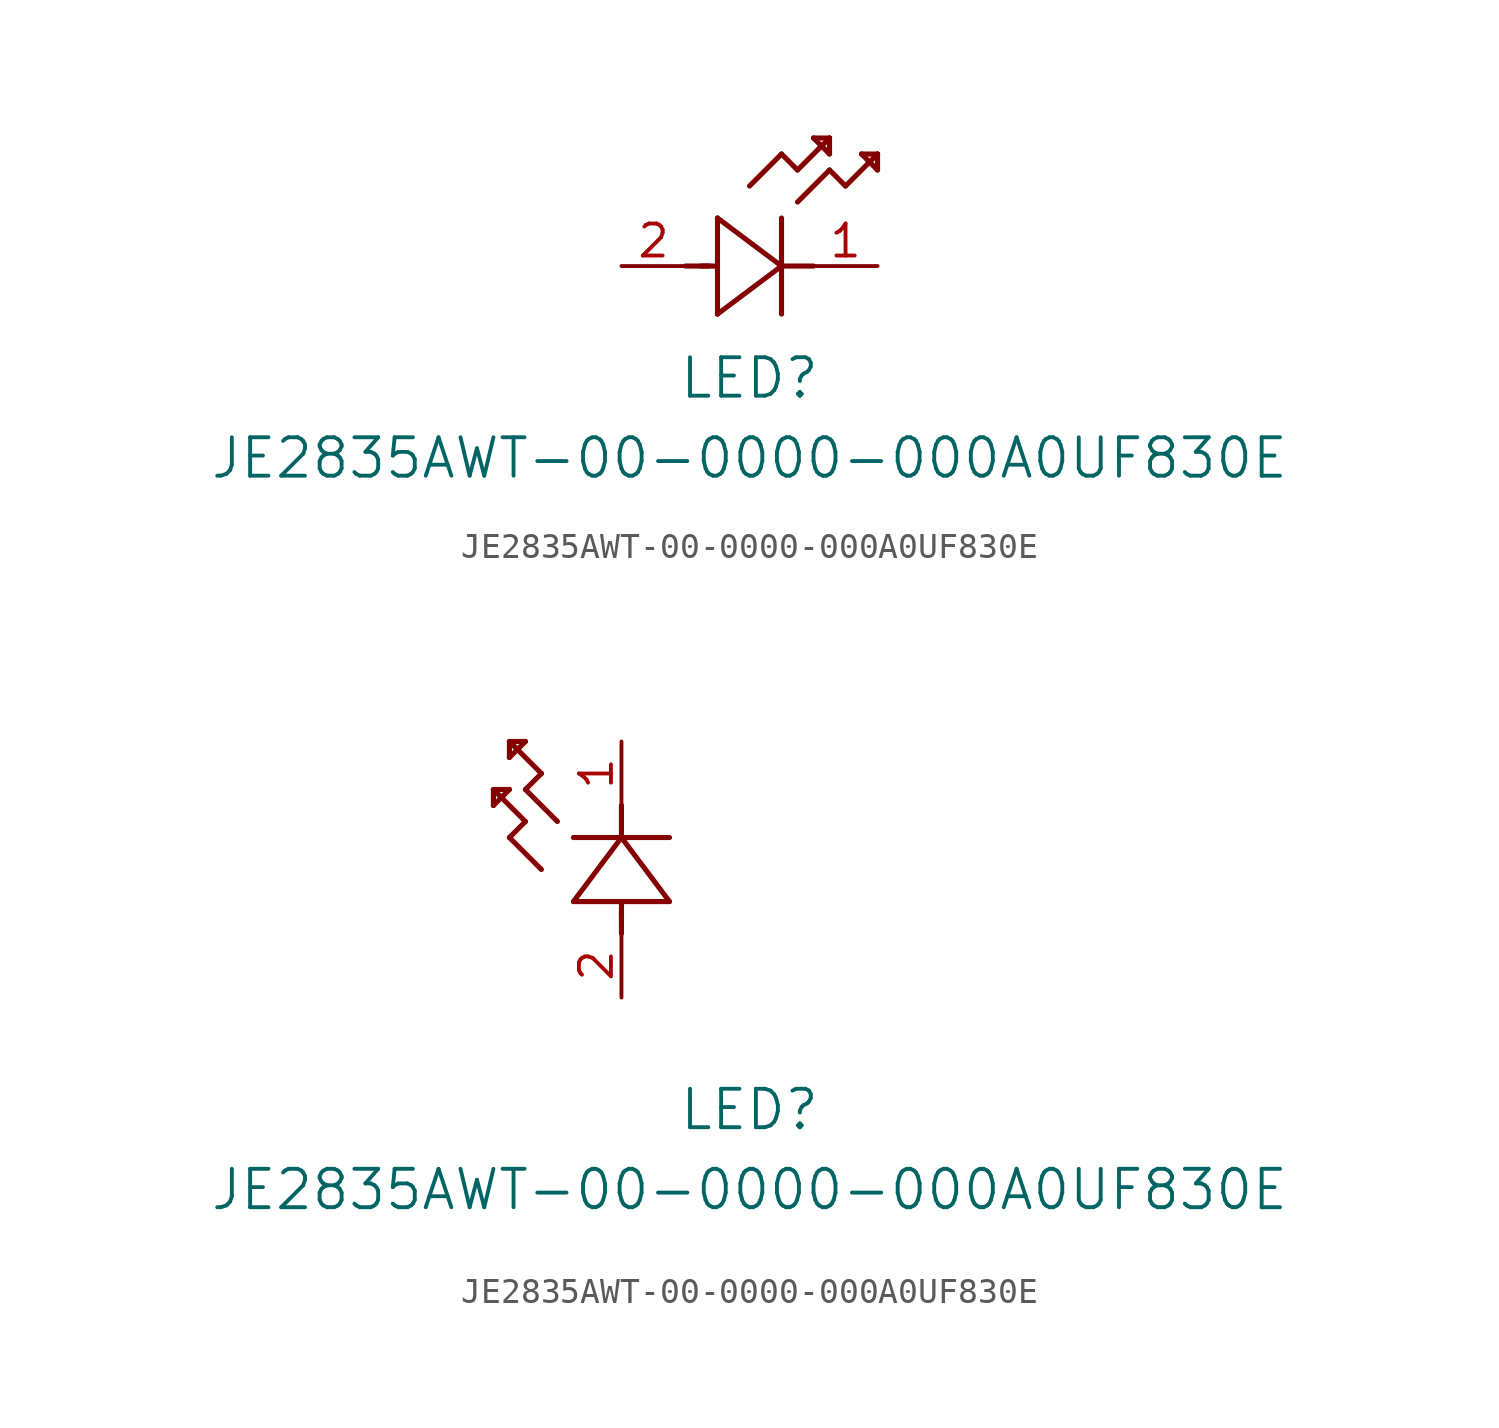
<source format=kicad_sym>
(kicad_symbol_lib
  (version 20241209)
  (generator "kicad_symbol_editor")
  (generator_version "9.0")
  (symbol "JE2835AWT-00-0000-000A0UF830E"
    (pin_names
      (offset 0.254))
    (property "Reference" "LED"
      (at 5.08 -4.445 0)
      (effects (font (size 1.524 1.524))))
    (property "Value" "JE2835AWT-00-0000-000A0UF830E"
      (at 5.08 -7.62 0)
      (effects (font (size 1.524 1.524))))
    (symbol "JE2835AWT-00-0000-000A0UF830E_1_1"
      (polyline (pts (xy 2.54 0) (xy 3.48 0)) (stroke (width 0.203) (type default)) (fill (type none)))
      (polyline (pts (xy 3.175 0) (xy 3.81 0)) (stroke (width 0.203) (type default)) (fill (type none)))
      (polyline (pts (xy 3.81 1.905) (xy 3.81 -1.905)) (stroke (width 0.203) (type default)) (fill (type none)))
      (polyline (pts (xy 3.81 -1.905) (xy 6.35 0)) (stroke (width 0.203) (type default)) (fill (type none)))
      (polyline (pts (xy 5.08 3.175) (xy 6.35 4.445)) (stroke (width 0.203) (type default)) (fill (type none)))
      (polyline (pts (xy 6.35 4.445) (xy 6.985 3.81)) (stroke (width 0.203) (type default)) (fill (type none)))
      (polyline (pts (xy 6.35 0) (xy 3.81 1.905)) (stroke (width 0.203) (type default)) (fill (type none)))
      (polyline (pts (xy 6.35 0) (xy 7.62 0)) (stroke (width 0.203) (type default)) (fill (type none)))
      (polyline (pts (xy 6.35 -1.905) (xy 6.35 1.905)) (stroke (width 0.203) (type default)) (fill (type none)))
      (polyline (pts (xy 6.985 3.81) (xy 8.255 5.08)) (stroke (width 0.203) (type default)) (fill (type none)))
      (polyline (pts (xy 6.985 2.54) (xy 8.255 3.81)) (stroke (width 0.203) (type default)) (fill (type none)))
      (polyline (pts (xy 7.62 5.08) (xy 8.255 4.445)) (stroke (width 0.203) (type default)) (fill (type none)))
      (polyline (pts (xy 8.255 5.08) (xy 7.62 5.08)) (stroke (width 0.203) (type default)) (fill (type none)))
      (polyline (pts (xy 8.255 4.445) (xy 8.255 5.08)) (stroke (width 0.203) (type default)) (fill (type none)))
      (polyline (pts (xy 8.255 3.81) (xy 8.89 3.175)) (stroke (width 0.203) (type default)) (fill (type none)))
      (polyline (pts (xy 8.89 3.175) (xy 10.16 4.445)) (stroke (width 0.203) (type default)) (fill (type none)))
      (polyline (pts (xy 9.525 4.445) (xy 10.16 3.81)) (stroke (width 0.203) (type default)) (fill (type none)))
      (polyline (pts (xy 10.16 4.445) (xy 9.525 4.445)) (stroke (width 0.203) (type default)) (fill (type none)))
      (polyline (pts (xy 10.16 3.81) (xy 10.16 4.445)) (stroke (width 0.203) (type default)) (fill (type none)))
      (pin unspecified line (at 0 0 0) (length 2.54) (name "" (effects (font (size 1.27 1.27)))) (number "2" (effects (font (size 1.27 1.27)))))
      (pin unspecified line (at 10.16 0 180) (length 2.54) (name "" (effects (font (size 1.27 1.27)))) (number "1" (effects (font (size 1.27 1.27))))))
    (symbol "JE2835AWT-00-0000-000A0UF830E_1_2"
      (polyline (pts (xy -5.08 8.255) (xy -5.08 7.62)) (stroke (width 0.203) (type default)) (fill (type none)))
      (polyline (pts (xy -5.08 7.62) (xy -4.445 8.255)) (stroke (width 0.203) (type default)) (fill (type none)))
      (polyline (pts (xy -4.445 10.16) (xy -4.445 9.525)) (stroke (width 0.203) (type default)) (fill (type none)))
      (polyline (pts (xy -4.445 9.525) (xy -3.81 10.16)) (stroke (width 0.203) (type default)) (fill (type none)))
      (polyline (pts (xy -4.445 8.255) (xy -5.08 8.255)) (stroke (width 0.203) (type default)) (fill (type none)))
      (polyline (pts (xy -4.445 6.35) (xy -3.81 6.985)) (stroke (width 0.203) (type default)) (fill (type none)))
      (polyline (pts (xy -3.81 10.16) (xy -4.445 10.16)) (stroke (width 0.203) (type default)) (fill (type none)))
      (polyline (pts (xy -3.81 8.255) (xy -3.175 8.89)) (stroke (width 0.203) (type default)) (fill (type none)))
      (polyline (pts (xy -3.81 6.985) (xy -5.08 8.255)) (stroke (width 0.203) (type default)) (fill (type none)))
      (polyline (pts (xy -3.175 8.89) (xy -4.445 10.16)) (stroke (width 0.203) (type default)) (fill (type none)))
      (polyline (pts (xy -3.175 5.08) (xy -4.445 6.35)) (stroke (width 0.203) (type default)) (fill (type none)))
      (polyline (pts (xy -2.54 6.985) (xy -3.81 8.255)) (stroke (width 0.203) (type default)) (fill (type none)))
      (polyline (pts (xy -1.905 3.81) (xy 1.905 3.81)) (stroke (width 0.203) (type default)) (fill (type none)))
      (polyline (pts (xy 0 6.35) (xy -1.905 3.81)) (stroke (width 0.203) (type default)) (fill (type none)))
      (polyline (pts (xy 0 6.35) (xy 0 7.62)) (stroke (width 0.203) (type default)) (fill (type none)))
      (polyline (pts (xy 0 3.175) (xy 0 3.81)) (stroke (width 0.203) (type default)) (fill (type none)))
      (polyline (pts (xy 0 2.54) (xy 0 3.48)) (stroke (width 0.203) (type default)) (fill (type none)))
      (polyline (pts (xy 1.905 6.35) (xy -1.905 6.35)) (stroke (width 0.203) (type default)) (fill (type none)))
      (polyline (pts (xy 1.905 3.81) (xy 0 6.35)) (stroke (width 0.203) (type default)) (fill (type none)))
      (pin unspecified line (at 0 10.16 270) (length 2.54) (name "" (effects (font (size 1.27 1.27)))) (number "1" (effects (font (size 1.27 1.27)))))
      (pin unspecified line (at 0 0 90) (length 2.54) (name "" (effects (font (size 1.27 1.27)))) (number "2" (effects (font (size 1.27 1.27))))))))
</source>
